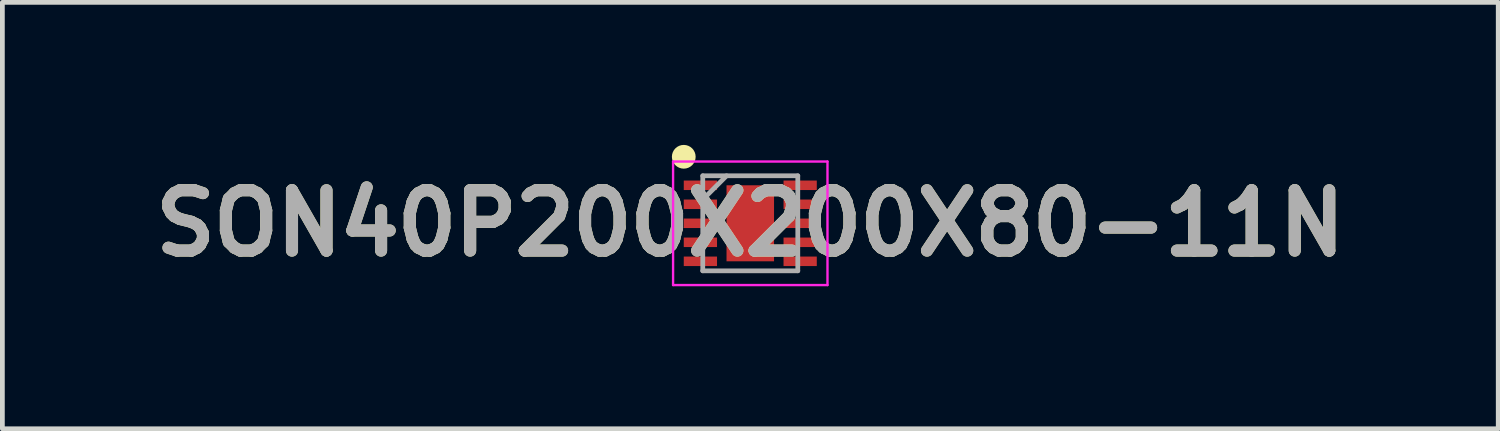
<source format=kicad_pcb>
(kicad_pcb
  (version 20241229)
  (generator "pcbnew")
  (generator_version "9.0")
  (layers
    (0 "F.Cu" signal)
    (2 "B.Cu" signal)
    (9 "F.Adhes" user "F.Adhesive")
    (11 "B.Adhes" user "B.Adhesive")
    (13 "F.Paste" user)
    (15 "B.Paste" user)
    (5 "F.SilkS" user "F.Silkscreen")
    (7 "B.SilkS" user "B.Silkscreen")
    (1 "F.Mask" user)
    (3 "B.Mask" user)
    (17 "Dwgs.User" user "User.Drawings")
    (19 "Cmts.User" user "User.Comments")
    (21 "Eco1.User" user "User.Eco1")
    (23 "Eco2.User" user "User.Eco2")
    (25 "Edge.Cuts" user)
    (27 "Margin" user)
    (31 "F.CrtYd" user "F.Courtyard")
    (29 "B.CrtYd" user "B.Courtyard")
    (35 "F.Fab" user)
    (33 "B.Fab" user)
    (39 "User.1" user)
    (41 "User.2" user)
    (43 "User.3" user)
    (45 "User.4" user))
  (footprint "SON40P200X200X80-11N"
    (layer "F.Cu")
    (at 12.742 1.65)
    (property "Reference" "SON40P200X200X80-11N" (at 0 0 0) (layer "F.SilkS") (effects (font (size 1.27 1.27) (thickness 0.254))))
    (attr smd)
    (fp_circle (center -1.4 -1.4) (end -1.4 -1.275) (stroke (width 0.25) (type solid)) (fill no) (layer "F.SilkS"))
    (fp_line (start -1.625 -1.3) (end 1.625 -1.3) (stroke (width 0.05) (type solid)) (layer "F.CrtYd"))
    (fp_line (start -1.625 1.3) (end -1.625 -1.3) (stroke (width 0.05) (type solid)) (layer "F.CrtYd"))
    (fp_line (start 1.625 -1.3) (end 1.625 1.3) (stroke (width 0.05) (type solid)) (layer "F.CrtYd"))
    (fp_line (start 1.625 1.3) (end -1.625 1.3) (stroke (width 0.05) (type solid)) (layer "F.CrtYd"))
    (fp_line (start -1 -1) (end 1 -1) (stroke (width 0.1) (type solid)) (layer "F.Fab"))
    (fp_line (start -1 -0.5) (end -0.5 -1) (stroke (width 0.1) (type solid)) (layer "F.Fab"))
    (fp_line (start -1 1) (end -1 -1) (stroke (width 0.1) (type solid)) (layer "F.Fab"))
    (fp_line (start 1 -1) (end 1 1) (stroke (width 0.1) (type solid)) (layer "F.Fab"))
    (fp_line (start 1 1) (end -1 1) (stroke (width 0.1) (type solid)) (layer "F.Fab"))
    (fp_text user "${REFERENCE}" (at 0 0 0) (layer "F.Fab") (effects (font (size 1.27 1.27) (thickness 0.254))))
    (pad "1" smd rect (at -1.05 -0.8 90) (size 0.2 0.7) (layers "F.Cu" "F.Mask" "F.Paste"))
    (pad "2" smd rect (at -1.05 -0.4 90) (size 0.2 0.7) (layers "F.Cu" "F.Mask" "F.Paste"))
    (pad "3" smd rect (at -1.05 0 90) (size 0.2 0.7) (layers "F.Cu" "F.Mask" "F.Paste"))
    (pad "4" smd rect (at -1.05 0.4 90) (size 0.2 0.7) (layers "F.Cu" "F.Mask" "F.Paste"))
    (pad "5" smd rect (at -1.05 0.8 90) (size 0.2 0.7) (layers "F.Cu" "F.Mask" "F.Paste"))
    (pad "6" smd rect (at 1.05 0.8 90) (size 0.2 0.7) (layers "F.Cu" "F.Mask" "F.Paste"))
    (pad "7" smd rect (at 1.05 0.4 90) (size 0.2 0.7) (layers "F.Cu" "F.Mask" "F.Paste"))
    (pad "8" smd rect (at 1.05 0 90) (size 0.2 0.7) (layers "F.Cu" "F.Mask" "F.Paste"))
    (pad "9" smd rect (at 1.05 -0.4 90) (size 0.2 0.7) (layers "F.Cu" "F.Mask" "F.Paste"))
    (pad "10" smd rect (at 1.05 -0.8 90) (size 0.2 0.7) (layers "F.Cu" "F.Mask" "F.Paste"))
    (pad "11" smd rect (at 0 0) (size 1 1.6) (layers "F.Cu" "F.Mask" "F.Paste")))
  (gr_rect
    (start -3 -3)
    (end 28.485 5.975)
    (stroke (width 0.1) (type default))
    (fill no)
    (layer "Edge.Cuts")))
</source>
